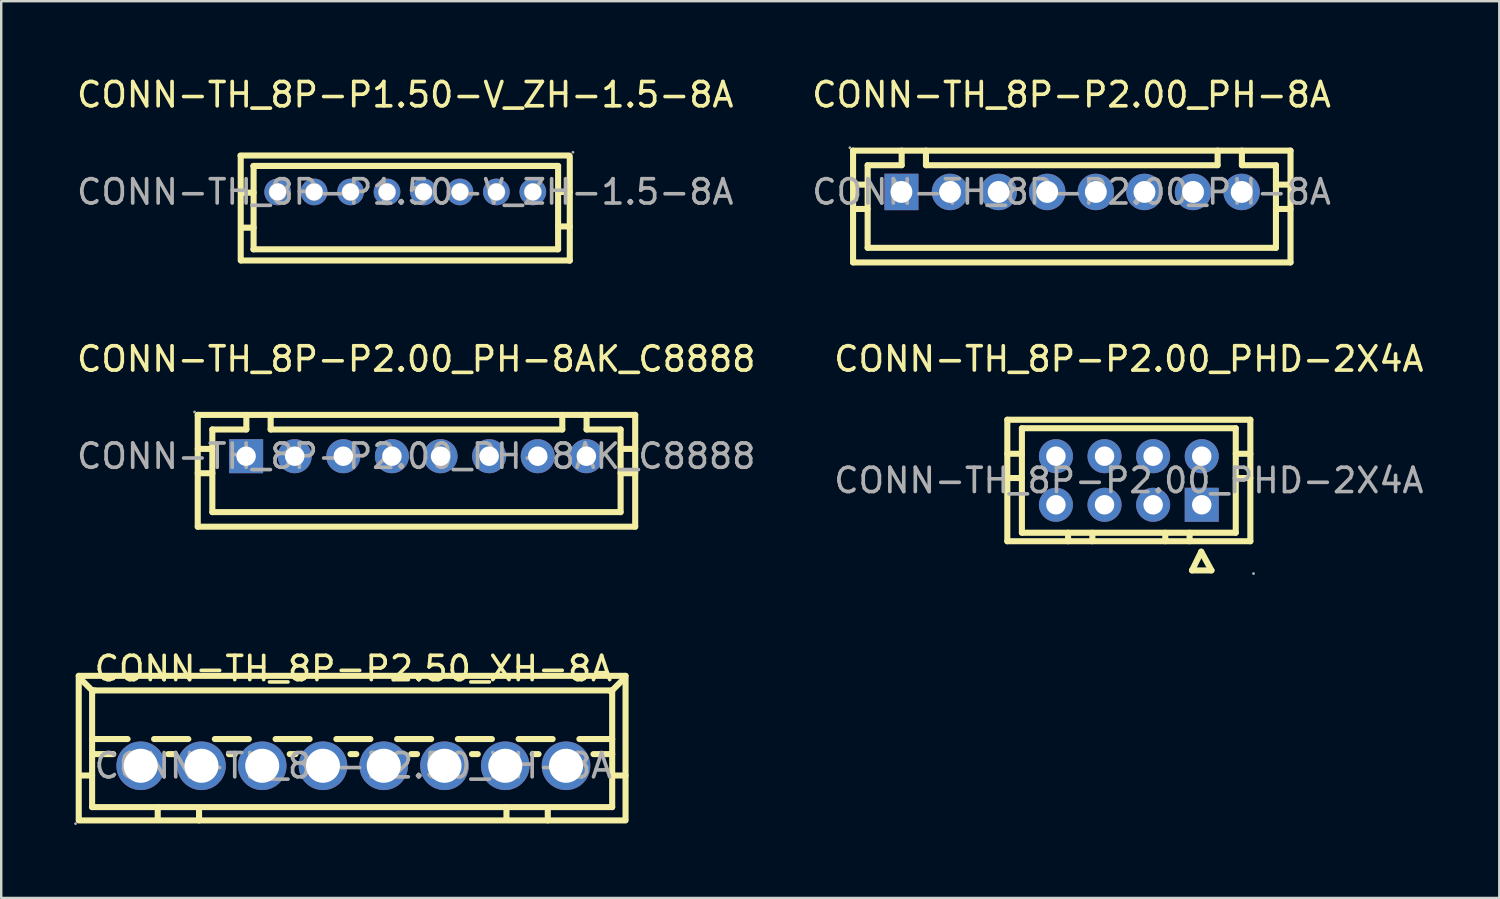
<source format=kicad_pcb>
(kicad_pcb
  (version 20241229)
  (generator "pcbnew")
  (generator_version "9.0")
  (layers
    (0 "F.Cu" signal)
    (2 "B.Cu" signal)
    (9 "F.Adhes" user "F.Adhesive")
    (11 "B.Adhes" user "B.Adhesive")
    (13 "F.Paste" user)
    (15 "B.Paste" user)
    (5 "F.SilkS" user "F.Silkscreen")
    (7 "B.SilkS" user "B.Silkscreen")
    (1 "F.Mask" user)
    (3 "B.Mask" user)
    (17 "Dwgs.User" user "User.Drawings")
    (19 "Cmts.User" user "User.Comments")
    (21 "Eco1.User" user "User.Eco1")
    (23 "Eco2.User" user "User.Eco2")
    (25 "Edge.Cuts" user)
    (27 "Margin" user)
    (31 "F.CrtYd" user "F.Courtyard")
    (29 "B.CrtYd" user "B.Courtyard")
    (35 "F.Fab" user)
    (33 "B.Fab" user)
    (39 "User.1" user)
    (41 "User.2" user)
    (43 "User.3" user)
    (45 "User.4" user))
  (footprint "CONN-TH_8P-P2.00_PH-8A"
    (layer "F.Cu")
    (at 41.042 4.848)
    (property "Reference" "CONN-TH_8P-P2.00_PH-8A" (at 0 -4 0) (layer "F.SilkS") (effects (font (size 1 1) (thickness 0.15))))
    (attr through_hole)
    (fp_line (start -8.99 -1.7) (end 9.01 -1.7) (stroke (width 0.25) (type solid)) (layer "F.SilkS"))
    (fp_line (start -8.99 2.9) (end -8.99 -1.7) (stroke (width 0.25) (type solid)) (layer "F.SilkS"))
    (fp_line (start -8.99 2.9) (end 9.01 2.9) (stroke (width 0.25) (type solid)) (layer "F.SilkS"))
    (fp_line (start -8.39 -1.1) (end -6.99 -1.1) (stroke (width 0.25) (type solid)) (layer "F.SilkS"))
    (fp_line (start -8.39 -0.3) (end -8.99 -0.3) (stroke (width 0.25) (type solid)) (layer "F.SilkS"))
    (fp_line (start -8.39 0.7) (end -8.99 0.7) (stroke (width 0.25) (type solid)) (layer "F.SilkS"))
    (fp_line (start -8.39 2.3) (end -8.39 -1.1) (stroke (width 0.25) (type solid)) (layer "F.SilkS"))
    (fp_line (start -8.39 2.3) (end 8.41 2.3) (stroke (width 0.25) (type solid)) (layer "F.SilkS"))
    (fp_line (start -6.99 -1.1) (end -6.99 -1.7) (stroke (width 0.25) (type solid)) (layer "F.SilkS"))
    (fp_line (start -5.99 -1.7) (end -5.99 -1.1) (stroke (width 0.25) (type solid)) (layer "F.SilkS"))
    (fp_line (start 6.01 -1.7) (end 6.01 -1.1) (stroke (width 0.25) (type solid)) (layer "F.SilkS"))
    (fp_line (start 6.01 -1.1) (end -5.99 -1.1) (stroke (width 0.25) (type solid)) (layer "F.SilkS"))
    (fp_line (start 7.01 -1.1) (end 7.01 -1.7) (stroke (width 0.25) (type solid)) (layer "F.SilkS"))
    (fp_line (start 8.41 -1.1) (end 7.01 -1.1) (stroke (width 0.25) (type solid)) (layer "F.SilkS"))
    (fp_line (start 8.41 2.3) (end 8.41 -1.1) (stroke (width 0.25) (type solid)) (layer "F.SilkS"))
    (fp_line (start 9.01 -0.3) (end 8.41 -0.3) (stroke (width 0.25) (type solid)) (layer "F.SilkS"))
    (fp_line (start 9.01 0.7) (end 8.41 0.7) (stroke (width 0.25) (type solid)) (layer "F.SilkS"))
    (fp_line (start 9.01 2.9) (end 9.01 -1.7) (stroke (width 0.25) (type solid)) (layer "F.SilkS"))
    (fp_circle (center -9.12 -1.82) (end -9.09 -1.82) (stroke (width 0.06) (type solid)) (fill no) (layer "F.Fab"))
    (fp_circle (center -7 0) (end -6.82 0) (stroke (width 0.35) (type solid)) (fill no) (layer "F.Fab"))
    (fp_circle (center -5 0) (end -4.82 0) (stroke (width 0.35) (type solid)) (fill no) (layer "F.Fab"))
    (fp_circle (center -3 0) (end -2.82 0) (stroke (width 0.35) (type solid)) (fill no) (layer "F.Fab"))
    (fp_circle (center -1 0) (end -0.82 0) (stroke (width 0.35) (type solid)) (fill no) (layer "F.Fab"))
    (fp_circle (center 1 0) (end 1.18 0) (stroke (width 0.35) (type solid)) (fill no) (layer "F.Fab"))
    (fp_circle (center 3 0) (end 3.18 0) (stroke (width 0.35) (type solid)) (fill no) (layer "F.Fab"))
    (fp_circle (center 5 0) (end 5.18 0) (stroke (width 0.35) (type solid)) (fill no) (layer "F.Fab"))
    (fp_circle (center 7 0) (end 7.18 0) (stroke (width 0.35) (type solid)) (fill no) (layer "F.Fab"))
    (fp_text user "${REFERENCE}" (at 0 0 0) (layer "F.Fab") (effects (font (size 1 1) (thickness 0.15))))
    (pad "1" thru_hole rect (at -7 0 180) (size 1.4 1.5) (drill 0.9) (layers "*.Cu" "*.Paste" "*.Mask"))
    (pad "2" thru_hole circle (at -5 0 180) (size 1.5 1.5) (drill 0.9) (layers "*.Cu" "*.Paste" "*.Mask"))
    (pad "3" thru_hole circle (at -3 0 180) (size 1.5 1.5) (drill 0.9) (layers "*.Cu" "*.Paste" "*.Mask"))
    (pad "4" thru_hole circle (at -1 0 180) (size 1.5 1.5) (drill 0.9) (layers "*.Cu" "*.Paste" "*.Mask"))
    (pad "5" thru_hole circle (at 1 0 180) (size 1.5 1.5) (drill 0.9) (layers "*.Cu" "*.Paste" "*.Mask"))
    (pad "6" thru_hole circle (at 3 0 180) (size 1.5 1.5) (drill 0.9) (layers "*.Cu" "*.Paste" "*.Mask"))
    (pad "7" thru_hole circle (at 5 0 180) (size 1.5 1.5) (drill 0.9) (layers "*.Cu" "*.Paste" "*.Mask"))
    (pad "8" thru_hole circle (at 7 0 180) (size 1.5 1.5) (drill 0.9) (layers "*.Cu" "*.Paste" "*.Mask")))
  (footprint "CONN-TH_8P-P2.00_PHD-2X4A"
    (layer "F.Cu")
    (at 43.399 16.721)
    (property "Reference" "CONN-TH_8P-P2.00_PHD-2X4A" (at 0 -5 0) (layer "F.SilkS") (effects (font (size 1 1) (thickness 0.15))))
    (attr through_hole)
    (fp_line (start -5 -2.5) (end 5 -2.5) (stroke (width 0.25) (type solid)) (layer "F.SilkS"))
    (fp_line (start -5 2.5) (end -5 -2.5) (stroke (width 0.25) (type solid)) (layer "F.SilkS"))
    (fp_line (start -4.4 -2.15) (end 4.4 -2.15) (stroke (width 0.25) (type solid)) (layer "F.SilkS"))
    (fp_line (start -4.4 -1.1) (end -5 -1.1) (stroke (width 0.25) (type solid)) (layer "F.SilkS"))
    (fp_line (start -4.4 -0.1) (end -5 -0.1) (stroke (width 0.25) (type solid)) (layer "F.SilkS"))
    (fp_line (start -4.4 2.15) (end -4.4 -2.15) (stroke (width 0.25) (type solid)) (layer "F.SilkS"))
    (fp_line (start -2.5 2.15) (end -2.5 2.5) (stroke (width 0.25) (type solid)) (layer "F.SilkS"))
    (fp_line (start -1.5 2.15) (end -1.5 2.5) (stroke (width 0.25) (type solid)) (layer "F.SilkS"))
    (fp_line (start 1.5 2.15) (end 1.5 2.5) (stroke (width 0.25) (type solid)) (layer "F.SilkS"))
    (fp_line (start 2.5 2.15) (end 2.5 2.5) (stroke (width 0.25) (type solid)) (layer "F.SilkS"))
    (fp_line (start 2.6 3.7) (end 2.98 2.93) (stroke (width 0.25) (type solid)) (layer "F.SilkS"))
    (fp_line (start 2.98 2.93) (end 3.4 3.7) (stroke (width 0.25) (type solid)) (layer "F.SilkS"))
    (fp_line (start 3.4 3.7) (end 2.6 3.7) (stroke (width 0.25) (type solid)) (layer "F.SilkS"))
    (fp_line (start 4.4 2.15) (end -4.4 2.15) (stroke (width 0.25) (type solid)) (layer "F.SilkS"))
    (fp_line (start 4.4 2.15) (end 4.4 -2.15) (stroke (width 0.25) (type solid)) (layer "F.SilkS"))
    (fp_line (start 5 -1.1) (end 4.4 -1.1) (stroke (width 0.25) (type solid)) (layer "F.SilkS"))
    (fp_line (start 5 -0.1) (end 4.4 -0.1) (stroke (width 0.25) (type solid)) (layer "F.SilkS"))
    (fp_line (start 5 2.5) (end -5 2.5) (stroke (width 0.25) (type solid)) (layer "F.SilkS"))
    (fp_line (start 5 2.5) (end 5 -2.5) (stroke (width 0.25) (type solid)) (layer "F.SilkS"))
    (fp_circle (center -3 -1) (end -2.85 -1) (stroke (width 0.3) (type solid)) (fill no) (layer "F.Fab"))
    (fp_circle (center -3 1) (end -2.85 1) (stroke (width 0.3) (type solid)) (fill no) (layer "F.Fab"))
    (fp_circle (center -1 -1) (end -0.85 -1) (stroke (width 0.3) (type solid)) (fill no) (layer "F.Fab"))
    (fp_circle (center -1 1) (end -0.85 1) (stroke (width 0.3) (type solid)) (fill no) (layer "F.Fab"))
    (fp_circle (center 1 -1) (end 1.15 -1) (stroke (width 0.3) (type solid)) (fill no) (layer "F.Fab"))
    (fp_circle (center 1 1) (end 1.15 1) (stroke (width 0.3) (type solid)) (fill no) (layer "F.Fab"))
    (fp_circle (center 3 -1) (end 3.15 -1) (stroke (width 0.3) (type solid)) (fill no) (layer "F.Fab"))
    (fp_circle (center 3 1) (end 3.15 1) (stroke (width 0.3) (type solid)) (fill no) (layer "F.Fab"))
    (fp_circle (center 5.13 3.83) (end 5.16 3.83) (stroke (width 0.06) (type solid)) (fill no) (layer "F.Fab"))
    (fp_text user "${REFERENCE}" (at 0 0 0) (layer "F.Fab") (effects (font (size 1 1) (thickness 0.15))))
    (pad "1" thru_hole rect (at 3 1 180) (size 1.4 1.4) (drill 0.8) (layers "*.Cu" "*.Paste" "*.Mask"))
    (pad "2" thru_hole circle (at 1 1 180) (size 1.4 1.4) (drill 0.8) (layers "*.Cu" "*.Paste" "*.Mask"))
    (pad "3" thru_hole circle (at -1 1 180) (size 1.4 1.4) (drill 0.8) (layers "*.Cu" "*.Paste" "*.Mask"))
    (pad "4" thru_hole circle (at -3 1 180) (size 1.4 1.4) (drill 0.8) (layers "*.Cu" "*.Paste" "*.Mask"))
    (pad "5" thru_hole circle (at 3 -1 180) (size 1.4 1.4) (drill 0.8) (layers "*.Cu" "*.Paste" "*.Mask"))
    (pad "6" thru_hole circle (at 1 -1 180) (size 1.4 1.4) (drill 0.8) (layers "*.Cu" "*.Paste" "*.Mask"))
    (pad "7" thru_hole circle (at -1 -1 180) (size 1.4 1.4) (drill 0.8) (layers "*.Cu" "*.Paste" "*.Mask"))
    (pad "8" thru_hole circle (at -3 -1 180) (size 1.4 1.4) (drill 0.8) (layers "*.Cu" "*.Paste" "*.Mask")))
  (footprint "CONN-TH_8P-P1.50-V_ZH-1.5-8A"
    (layer "F.Cu")
    (at 13.625 4.848)
    (property "Reference" "CONN-TH_8P-P1.50-V_ZH-1.5-8A" (at 0 -4 0) (layer "F.SilkS") (effects (font (size 1 1) (thickness 0.15))))
    (attr through_hole)
    (fp_line (start -6.77 2.82) (end -6.77 -1.48) (stroke (width 0.25) (type solid)) (layer "F.SilkS"))
    (fp_line (start -6.24 0.03) (end -6.73 0.03) (stroke (width 0.25) (type solid)) (layer "F.SilkS"))
    (fp_line (start -6.24 1.47) (end -6.73 1.47) (stroke (width 0.25) (type solid)) (layer "F.SilkS"))
    (fp_line (start -6.24 2.36) (end -6.24 -1.07) (stroke (width 0.25) (type solid)) (layer "F.SilkS"))
    (fp_line (start 6.29 -1.07) (end -6.25 -1.07) (stroke (width 0.25) (type solid)) (layer "F.SilkS"))
    (fp_line (start 6.29 0) (end 6.77 0) (stroke (width 0.25) (type solid)) (layer "F.SilkS"))
    (fp_line (start 6.29 1.42) (end 6.77 1.42) (stroke (width 0.25) (type solid)) (layer "F.SilkS"))
    (fp_line (start 6.29 2.36) (end -6.25 2.36) (stroke (width 0.25) (type solid)) (layer "F.SilkS"))
    (fp_line (start 6.29 2.36) (end 6.29 -1.07) (stroke (width 0.25) (type solid)) (layer "F.SilkS"))
    (fp_line (start 6.74 -1.5) (end -6.78 -1.5) (stroke (width 0.25) (type solid)) (layer "F.SilkS"))
    (fp_line (start 6.77 2.82) (end -6.75 2.82) (stroke (width 0.25) (type solid)) (layer "F.SilkS"))
    (fp_line (start 6.77 2.83) (end 6.77 -1.47) (stroke (width 0.25) (type solid)) (layer "F.SilkS"))
    (fp_circle (center -5.25 0) (end -5.13 0) (stroke (width 0.25) (type solid)) (fill no) (layer "F.Fab"))
    (fp_circle (center -3.75 0) (end -3.63 0) (stroke (width 0.25) (type solid)) (fill no) (layer "F.Fab"))
    (fp_circle (center -2.25 0) (end -2.13 0) (stroke (width 0.25) (type solid)) (fill no) (layer "F.Fab"))
    (fp_circle (center -0.75 0) (end -0.63 0) (stroke (width 0.25) (type solid)) (fill no) (layer "F.Fab"))
    (fp_circle (center 0.75 0) (end 0.87 0) (stroke (width 0.25) (type solid)) (fill no) (layer "F.Fab"))
    (fp_circle (center 2.25 0) (end 2.37 0) (stroke (width 0.25) (type solid)) (fill no) (layer "F.Fab"))
    (fp_circle (center 3.75 0) (end 3.87 0) (stroke (width 0.25) (type solid)) (fill no) (layer "F.Fab"))
    (fp_circle (center 5.25 0) (end 5.37 0) (stroke (width 0.25) (type solid)) (fill no) (layer "F.Fab"))
    (fp_circle (center 6.9 -1.63) (end 6.93 -1.63) (stroke (width 0.06) (type solid)) (fill no) (layer "F.Fab"))
    (fp_text user "${REFERENCE}" (at 0 0 0) (layer "F.Fab") (effects (font (size 1 1) (thickness 0.15))))
    (pad "1" thru_hole circle (at 5.25 0 180) (size 1.1 1.1) (drill 0.7) (layers "*.Cu" "*.Paste" "*.Mask"))
    (pad "2" thru_hole circle (at 3.75 0 180) (size 1.1 1.1) (drill 0.7) (layers "*.Cu" "*.Paste" "*.Mask"))
    (pad "3" thru_hole circle (at 2.25 0 180) (size 1.1 1.1) (drill 0.7) (layers "*.Cu" "*.Paste" "*.Mask"))
    (pad "4" thru_hole circle (at 0.75 0 180) (size 1.1 1.1) (drill 0.7) (layers "*.Cu" "*.Paste" "*.Mask"))
    (pad "5" thru_hole circle (at -0.75 0 180) (size 1.1 1.1) (drill 0.7) (layers "*.Cu" "*.Paste" "*.Mask"))
    (pad "6" thru_hole circle (at -2.25 0 180) (size 1.1 1.1) (drill 0.7) (layers "*.Cu" "*.Paste" "*.Mask"))
    (pad "7" thru_hole circle (at -3.75 0 180) (size 1.1 1.1) (drill 0.7) (layers "*.Cu" "*.Paste" "*.Mask"))
    (pad "8" thru_hole circle (at -5.25 0 180) (size 1.1 1.1) (drill 0.7) (layers "*.Cu" "*.Paste" "*.Mask")))
  (footprint "CONN-TH_8P-P2.50_XH-8A"
    (layer "F.Cu")
    (at 11.49 28.46)
    (property "Reference" "CONN-TH_8P-P2.50_XH-8A" (at 0 -4 0) (layer "F.SilkS") (effects (font (size 1 1) (thickness 0.15))))
    (attr through_hole)
    (fp_line (start -11.3 -3.7) (end -11.3 2.2) (stroke (width 0.25) (type solid)) (layer "F.SilkS"))
    (fp_line (start -11.3 -3.7) (end 11.2 -3.7) (stroke (width 0.25) (type solid)) (layer "F.SilkS"))
    (fp_line (start -11.25 -3.6) (end -10.75 -3.1) (stroke (width 0.25) (type solid)) (layer "F.SilkS"))
    (fp_line (start -11.25 0.4) (end -10.75 0.4) (stroke (width 0.25) (type solid)) (layer "F.SilkS"))
    (fp_line (start -10.75 -3.1) (end -10.65 -3.1) (stroke (width 0.25) (type solid)) (layer "F.SilkS"))
    (fp_line (start -10.75 -1.1) (end -9.29 -1.1) (stroke (width 0.25) (type solid)) (layer "F.SilkS"))
    (fp_line (start -10.75 -0.48) (end -9.88 -0.48) (stroke (width 0.25) (type solid)) (layer "F.SilkS"))
    (fp_line (start -10.75 1.7) (end -10.75 -3.1) (stroke (width 0.25) (type solid)) (layer "F.SilkS"))
    (fp_line (start -10.65 -3.1) (end 10.65 -3.1) (stroke (width 0.25) (type solid)) (layer "F.SilkS"))
    (fp_line (start -8.2 -1.1) (end -6.79 -1.1) (stroke (width 0.25) (type solid)) (layer "F.SilkS"))
    (fp_line (start -8.05 1.7) (end -8.05 2.2) (stroke (width 0.25) (type solid)) (layer "F.SilkS"))
    (fp_line (start -7.62 -0.48) (end -7.38 -0.48) (stroke (width 0.25) (type solid)) (layer "F.SilkS"))
    (fp_line (start -6.35 1.75) (end -6.35 2.25) (stroke (width 0.25) (type solid)) (layer "F.SilkS"))
    (fp_line (start -5.7 -1.1) (end -4.3 -1.1) (stroke (width 0.25) (type solid)) (layer "F.SilkS"))
    (fp_line (start -5.12 -0.48) (end -4.88 -0.48) (stroke (width 0.25) (type solid)) (layer "F.SilkS"))
    (fp_line (start -3.2 -1.1) (end -1.8 -1.1) (stroke (width 0.25) (type solid)) (layer "F.SilkS"))
    (fp_line (start -2.62 -0.48) (end -2.38 -0.48) (stroke (width 0.25) (type solid)) (layer "F.SilkS"))
    (fp_line (start -0.7 -1.1) (end 0.7 -1.1) (stroke (width 0.25) (type solid)) (layer "F.SilkS"))
    (fp_line (start -0.12 -0.48) (end 0.12 -0.48) (stroke (width 0.25) (type solid)) (layer "F.SilkS"))
    (fp_line (start 1.8 -1.1) (end 3.2 -1.1) (stroke (width 0.25) (type solid)) (layer "F.SilkS"))
    (fp_line (start 2.38 -0.48) (end 2.62 -0.48) (stroke (width 0.25) (type solid)) (layer "F.SilkS"))
    (fp_line (start 4.3 -1.1) (end 5.7 -1.1) (stroke (width 0.25) (type solid)) (layer "F.SilkS"))
    (fp_line (start 4.88 -0.48) (end 5.12 -0.48) (stroke (width 0.25) (type solid)) (layer "F.SilkS"))
    (fp_line (start 6.3 1.7) (end 6.3 2.2) (stroke (width 0.25) (type solid)) (layer "F.SilkS"))
    (fp_line (start 6.8 -1.1) (end 8.2 -1.1) (stroke (width 0.25) (type solid)) (layer "F.SilkS"))
    (fp_line (start 7.38 -0.48) (end 7.62 -0.48) (stroke (width 0.25) (type solid)) (layer "F.SilkS"))
    (fp_line (start 8 1.75) (end 8 2.25) (stroke (width 0.25) (type solid)) (layer "F.SilkS"))
    (fp_line (start 9.3 -1.1) (end 10.65 -1.1) (stroke (width 0.25) (type solid)) (layer "F.SilkS"))
    (fp_line (start 9.88 -0.48) (end 10.65 -0.48) (stroke (width 0.25) (type solid)) (layer "F.SilkS"))
    (fp_line (start 10.65 -3.1) (end 10.65 1.7) (stroke (width 0.25) (type solid)) (layer "F.SilkS"))
    (fp_line (start 10.65 1.7) (end -10.75 1.7) (stroke (width 0.25) (type solid)) (layer "F.SilkS"))
    (fp_line (start 10.7 0.4) (end 11.2 0.4) (stroke (width 0.25) (type solid)) (layer "F.SilkS"))
    (fp_line (start 11.1 -3.55) (end 10.6 -3.05) (stroke (width 0.25) (type solid)) (layer "F.SilkS"))
    (fp_line (start 11.2 2.2) (end 11.2 -3.7) (stroke (width 0.25) (type solid)) (layer "F.SilkS"))
    (fp_line (start 11.2 2.25) (end -11.3 2.25) (stroke (width 0.25) (type solid)) (layer "F.SilkS"))
    (fp_circle (center -11.43 2.38) (end -11.4 2.38) (stroke (width 0.06) (type solid)) (fill no) (layer "F.Fab"))
    (fp_circle (center -8.75 0) (end -8.45 0) (stroke (width 0.6) (type solid)) (fill no) (layer "F.Fab"))
    (fp_circle (center -6.25 0) (end -5.95 0) (stroke (width 0.6) (type solid)) (fill no) (layer "F.Fab"))
    (fp_circle (center -3.75 0) (end -3.45 0) (stroke (width 0.6) (type solid)) (fill no) (layer "F.Fab"))
    (fp_circle (center -1.25 0) (end -0.95 0) (stroke (width 0.6) (type solid)) (fill no) (layer "F.Fab"))
    (fp_circle (center 1.25 0) (end 1.55 0) (stroke (width 0.6) (type solid)) (fill no) (layer "F.Fab"))
    (fp_circle (center 3.75 0) (end 4.05 0) (stroke (width 0.6) (type solid)) (fill no) (layer "F.Fab"))
    (fp_circle (center 6.25 0) (end 6.55 0) (stroke (width 0.6) (type solid)) (fill no) (layer "F.Fab"))
    (fp_circle (center 8.75 0) (end 9.05 0) (stroke (width 0.6) (type solid)) (fill no) (layer "F.Fab"))
    (fp_text user "${REFERENCE}" (at 0 0 0) (layer "F.Fab") (effects (font (size 1 1) (thickness 0.15))))
    (pad "1" thru_hole circle (at -8.75 0) (size 2 2) (drill 1.4) (layers "*.Cu" "*.Paste" "*.Mask"))
    (pad "2" thru_hole circle (at -6.25 0) (size 2 2) (drill 1.4) (layers "*.Cu" "*.Paste" "*.Mask"))
    (pad "3" thru_hole circle (at -3.75 0) (size 2 2) (drill 1.4) (layers "*.Cu" "*.Paste" "*.Mask"))
    (pad "4" thru_hole circle (at -1.25 0) (size 2 2) (drill 1.4) (layers "*.Cu" "*.Paste" "*.Mask"))
    (pad "5" thru_hole circle (at 1.25 0) (size 2 2) (drill 1.4) (layers "*.Cu" "*.Paste" "*.Mask"))
    (pad "6" thru_hole circle (at 3.75 0) (size 2 2) (drill 1.4) (layers "*.Cu" "*.Paste" "*.Mask"))
    (pad "7" thru_hole circle (at 6.25 0) (size 2 2) (drill 1.4) (layers "*.Cu" "*.Paste" "*.Mask"))
    (pad "8" thru_hole circle (at 8.75 0) (size 2 2) (drill 1.4) (layers "*.Cu" "*.Paste" "*.Mask")))
  (footprint "CONN-TH_8P-P2.00_PH-8AK_C8888"
    (layer "F.Cu")
    (at 14.077 15.722)
    (property "Reference" "CONN-TH_8P-P2.00_PH-8AK_C8888" (at 0 -4 0) (layer "F.SilkS") (effects (font (size 1 1) (thickness 0.15))))
    (attr through_hole)
    (fp_line (start -8.99 -1.7) (end 9.01 -1.7) (stroke (width 0.25) (type solid)) (layer "F.SilkS"))
    (fp_line (start -8.99 2.9) (end -8.99 -1.7) (stroke (width 0.25) (type solid)) (layer "F.SilkS"))
    (fp_line (start -8.99 2.9) (end 9.01 2.9) (stroke (width 0.25) (type solid)) (layer "F.SilkS"))
    (fp_line (start -8.39 -1.1) (end -6.99 -1.1) (stroke (width 0.25) (type solid)) (layer "F.SilkS"))
    (fp_line (start -8.39 -0.3) (end -8.99 -0.3) (stroke (width 0.25) (type solid)) (layer "F.SilkS"))
    (fp_line (start -8.39 0.7) (end -8.99 0.7) (stroke (width 0.25) (type solid)) (layer "F.SilkS"))
    (fp_line (start -8.39 2.3) (end -8.39 -1.1) (stroke (width 0.25) (type solid)) (layer "F.SilkS"))
    (fp_line (start -8.39 2.3) (end 8.41 2.3) (stroke (width 0.25) (type solid)) (layer "F.SilkS"))
    (fp_line (start -6.99 -1.1) (end -6.99 -1.7) (stroke (width 0.25) (type solid)) (layer "F.SilkS"))
    (fp_line (start -5.99 -1.7) (end -5.99 -1.1) (stroke (width 0.25) (type solid)) (layer "F.SilkS"))
    (fp_line (start 6.01 -1.7) (end 6.01 -1.1) (stroke (width 0.25) (type solid)) (layer "F.SilkS"))
    (fp_line (start 6.01 -1.1) (end -5.99 -1.1) (stroke (width 0.25) (type solid)) (layer "F.SilkS"))
    (fp_line (start 7.01 -1.1) (end 7.01 -1.7) (stroke (width 0.25) (type solid)) (layer "F.SilkS"))
    (fp_line (start 8.41 -1.1) (end 7.01 -1.1) (stroke (width 0.25) (type solid)) (layer "F.SilkS"))
    (fp_line (start 8.41 2.3) (end 8.41 -1.1) (stroke (width 0.25) (type solid)) (layer "F.SilkS"))
    (fp_line (start 9.01 -0.3) (end 8.41 -0.3) (stroke (width 0.25) (type solid)) (layer "F.SilkS"))
    (fp_line (start 9.01 0.7) (end 8.41 0.7) (stroke (width 0.25) (type solid)) (layer "F.SilkS"))
    (fp_line (start 9.01 2.9) (end 9.01 -1.7) (stroke (width 0.25) (type solid)) (layer "F.SilkS"))
    (fp_circle (center -9.12 -1.82) (end -9.09 -1.82) (stroke (width 0.06) (type solid)) (fill no) (layer "F.Fab"))
    (fp_circle (center -7 0) (end -6.85 0) (stroke (width 0.3) (type solid)) (fill no) (layer "F.Fab"))
    (fp_circle (center -5 0) (end -4.85 0) (stroke (width 0.3) (type solid)) (fill no) (layer "F.Fab"))
    (fp_circle (center -3 0) (end -2.85 0) (stroke (width 0.3) (type solid)) (fill no) (layer "F.Fab"))
    (fp_circle (center -1 0) (end -0.85 0) (stroke (width 0.3) (type solid)) (fill no) (layer "F.Fab"))
    (fp_circle (center 1 0) (end 1.15 0) (stroke (width 0.3) (type solid)) (fill no) (layer "F.Fab"))
    (fp_circle (center 3 0) (end 3.15 0) (stroke (width 0.3) (type solid)) (fill no) (layer "F.Fab"))
    (fp_circle (center 5 0) (end 5.15 0) (stroke (width 0.3) (type solid)) (fill no) (layer "F.Fab"))
    (fp_circle (center 7 0) (end 7.15 0) (stroke (width 0.3) (type solid)) (fill no) (layer "F.Fab"))
    (fp_text user "${REFERENCE}" (at 0 0 0) (layer "F.Fab") (effects (font (size 1 1) (thickness 0.15))))
    (pad "1" thru_hole rect (at -7 0 180) (size 1.4 1.4) (drill 0.8) (layers "*.Cu" "*.Paste" "*.Mask"))
    (pad "2" thru_hole circle (at -5 0 180) (size 1.4 1.4) (drill 0.8) (layers "*.Cu" "*.Paste" "*.Mask"))
    (pad "3" thru_hole circle (at -3 0 180) (size 1.4 1.4) (drill 0.8) (layers "*.Cu" "*.Paste" "*.Mask"))
    (pad "4" thru_hole circle (at -1 0 180) (size 1.4 1.4) (drill 0.8) (layers "*.Cu" "*.Paste" "*.Mask"))
    (pad "5" thru_hole circle (at 1 0 180) (size 1.4 1.4) (drill 0.8) (layers "*.Cu" "*.Paste" "*.Mask"))
    (pad "6" thru_hole circle (at 3 0 180) (size 1.4 1.4) (drill 0.8) (layers "*.Cu" "*.Paste" "*.Mask"))
    (pad "7" thru_hole circle (at 5 0 180) (size 1.4 1.4) (drill 0.8) (layers "*.Cu" "*.Paste" "*.Mask"))
    (pad "8" thru_hole circle (at 7 0 180) (size 1.4 1.4) (drill 0.8) (layers "*.Cu" "*.Paste" "*.Mask")))
  (gr_rect
    (start -3 -3)
    (end 58.643 33.9)
    (stroke (width 0.1) (type default))
    (fill no)
    (layer "Edge.Cuts")))
</source>
